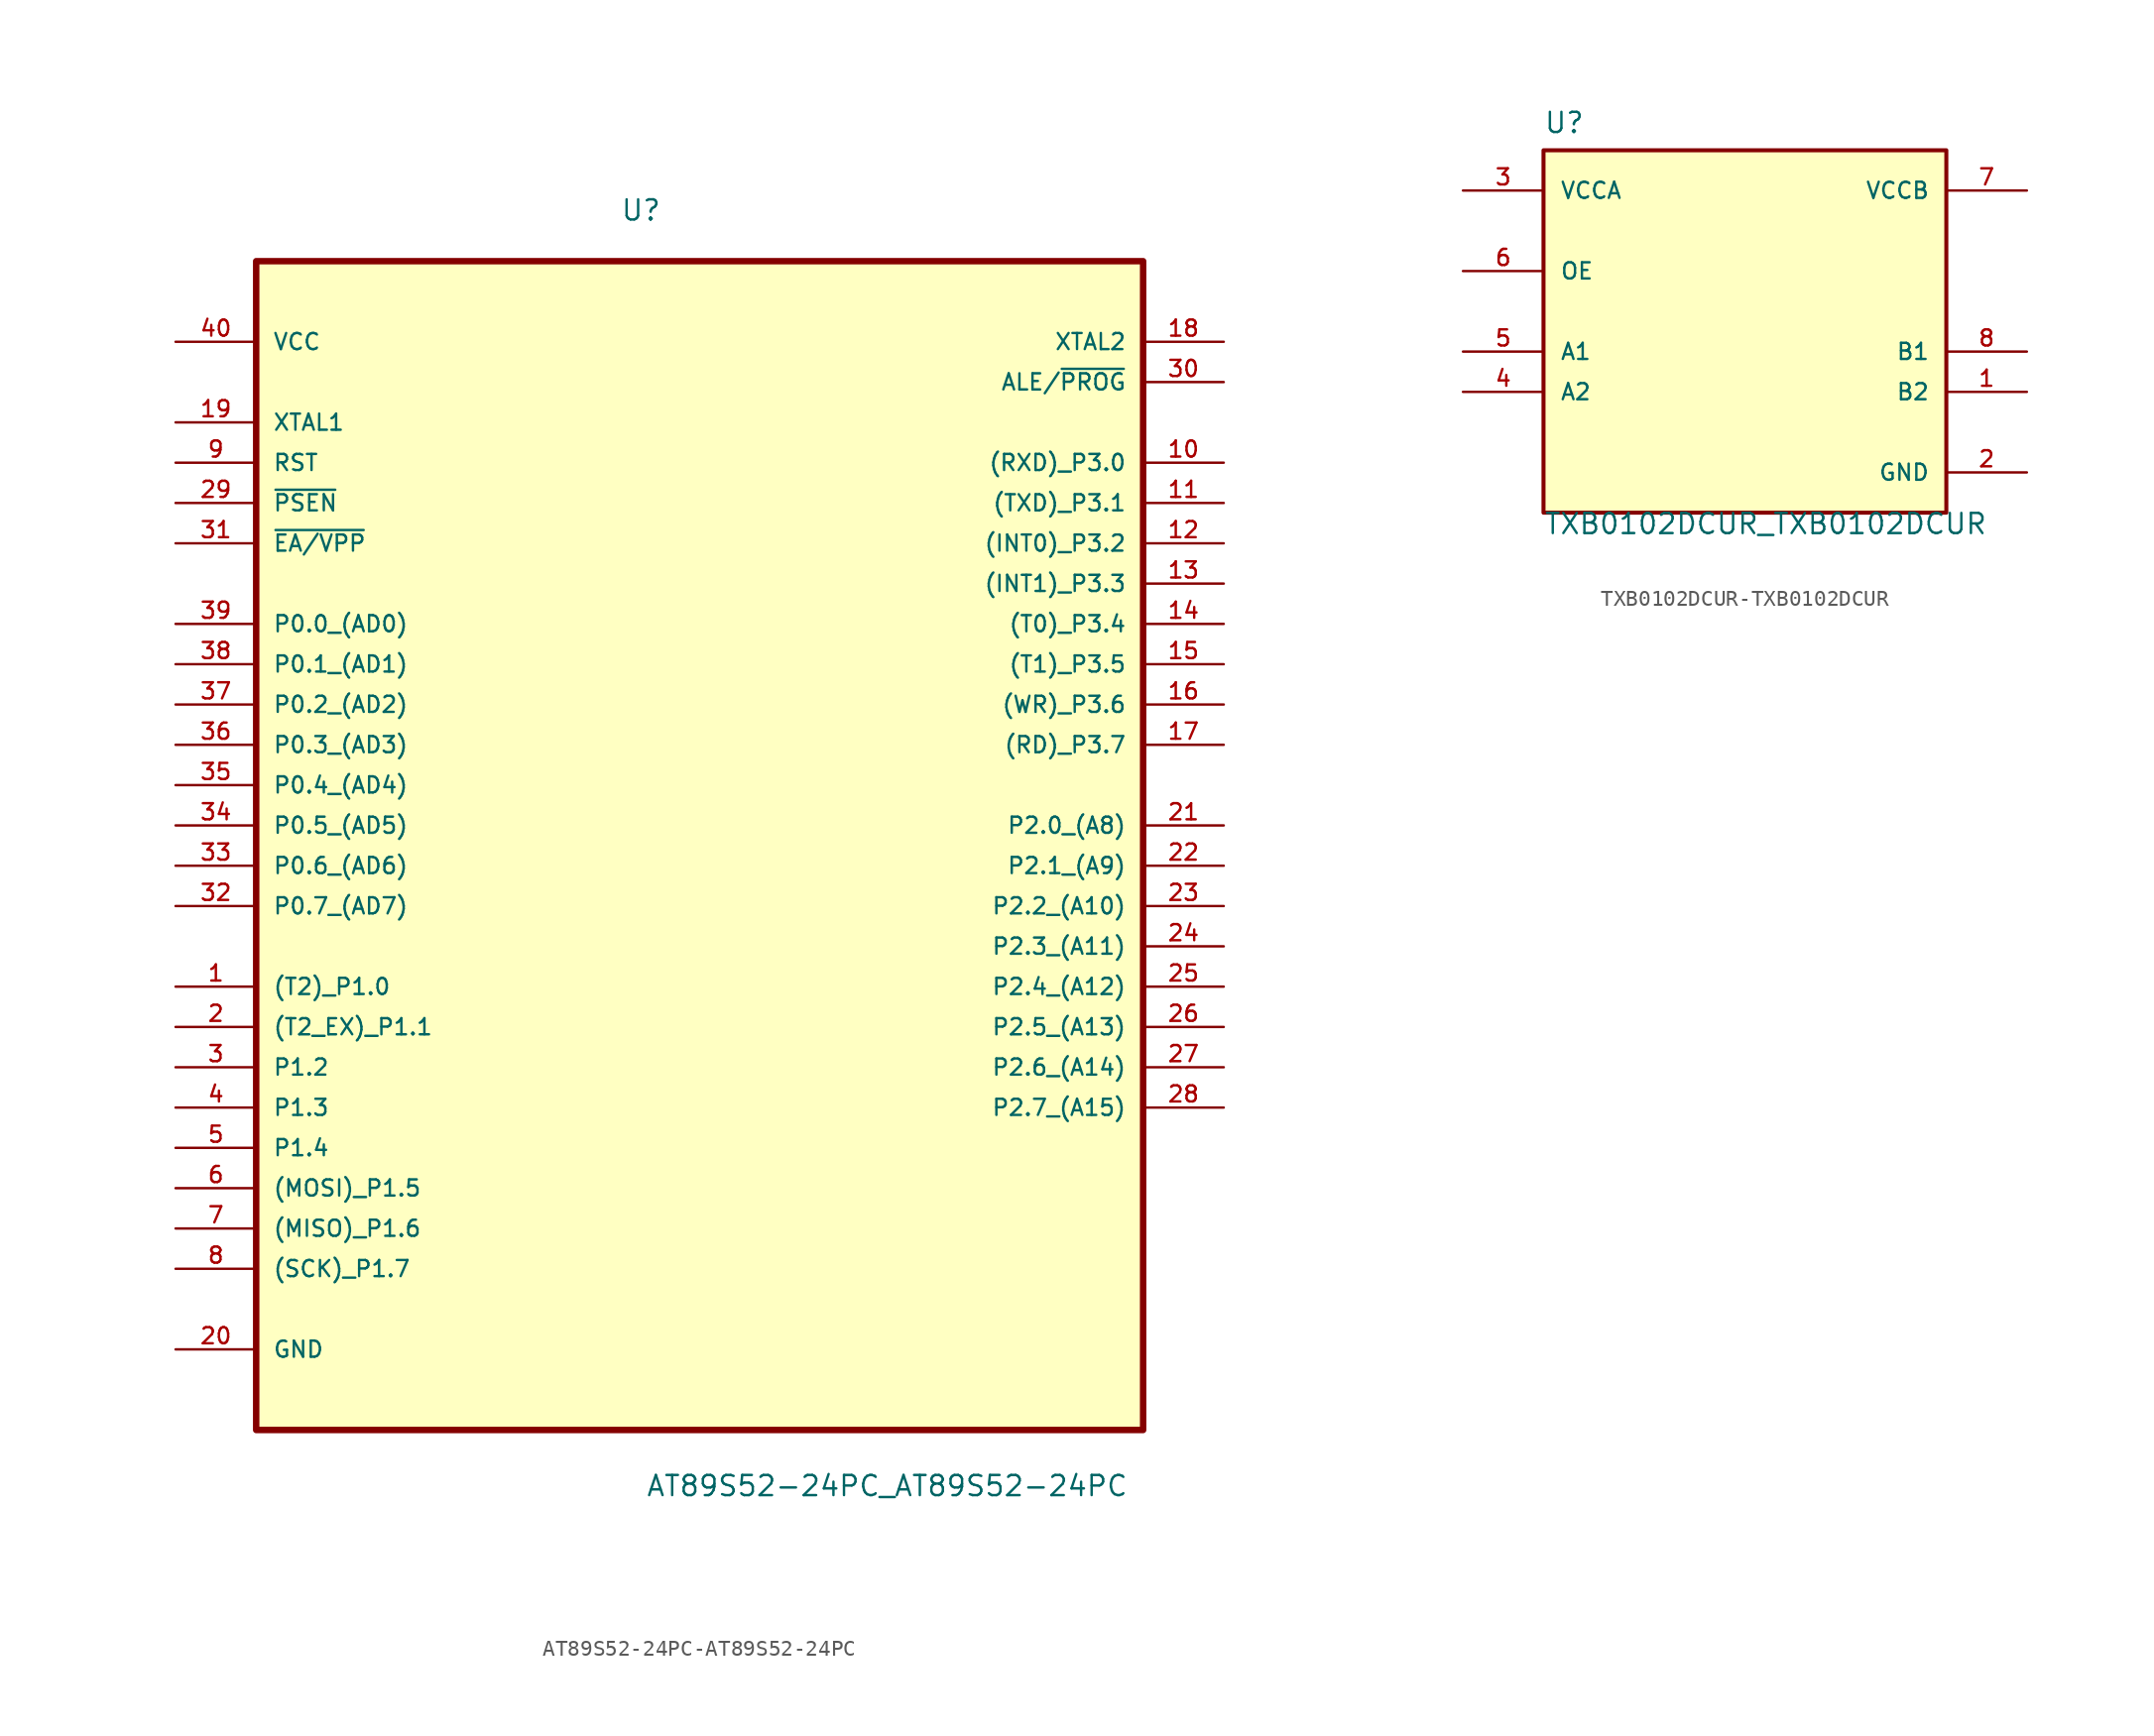
<source format=kicad_sym>
(kicad_symbol_lib
  (version 20220914)
  (generator kicad_symbol_editor)
  (symbol "AT89S52-24PC-AT89S52-24PC"
    (pin_names
      (offset 1.016))
    (property "Reference" "U"
      (at -5.004 35.484 0)
      (effects (font (size 1.27 1.27)) (justify left bottom)))
    (property "Value" "AT89S52-24PC_AT89S52-24PC"
      (at -3.404 -44.907 0)
      (effects (font (size 1.27 1.27)) (justify left bottom)))
    (property "ki_locked" ""
      (at 0 0 0)
      (effects (font (size 1.27 1.27))))
    (symbol "AT89S52-24PC-AT89S52-24PC_0_0"
      (rectangle (start -27.94 -40.64) (end 27.94 33.02) (stroke (width 0.406) (type solid)) (fill (type background)))
      (pin bidirectional line (at -33.02 -12.7 0) (length 5.08) (name "(T2)_P1.0" (effects (font (size 1.016 1.016)))) (number "1" (effects (font (size 1.016 1.016)))))
      (pin bidirectional line (at 33.02 20.32 180) (length 5.08) (name "(RXD)_P3.0" (effects (font (size 1.016 1.016)))) (number "10" (effects (font (size 1.016 1.016)))))
      (pin bidirectional line (at 33.02 17.78 180) (length 5.08) (name "(TXD)_P3.1" (effects (font (size 1.016 1.016)))) (number "11" (effects (font (size 1.016 1.016)))))
      (pin bidirectional line (at 33.02 15.24 180) (length 5.08) (name "(INT0)_P3.2" (effects (font (size 1.016 1.016)))) (number "12" (effects (font (size 1.016 1.016)))))
      (pin bidirectional line (at 33.02 12.7 180) (length 5.08) (name "(INT1)_P3.3" (effects (font (size 1.016 1.016)))) (number "13" (effects (font (size 1.016 1.016)))))
      (pin bidirectional line (at 33.02 10.16 180) (length 5.08) (name "(T0)_P3.4" (effects (font (size 1.016 1.016)))) (number "14" (effects (font (size 1.016 1.016)))))
      (pin bidirectional line (at 33.02 7.62 180) (length 5.08) (name "(T1)_P3.5" (effects (font (size 1.016 1.016)))) (number "15" (effects (font (size 1.016 1.016)))))
      (pin bidirectional line (at 33.02 5.08 180) (length 5.08) (name "(WR)_P3.6" (effects (font (size 1.016 1.016)))) (number "16" (effects (font (size 1.016 1.016)))))
      (pin bidirectional line (at 33.02 2.54 180) (length 5.08) (name "(RD)_P3.7" (effects (font (size 1.016 1.016)))) (number "17" (effects (font (size 1.016 1.016)))))
      (pin output line (at 33.02 27.94 180) (length 5.08) (name "XTAL2" (effects (font (size 1.016 1.016)))) (number "18" (effects (font (size 1.016 1.016)))))
      (pin input line (at -33.02 22.86 0) (length 5.08) (name "XTAL1" (effects (font (size 1.016 1.016)))) (number "19" (effects (font (size 1.016 1.016)))))
      (pin bidirectional line (at -33.02 -15.24 0) (length 5.08) (name "(T2_EX)_P1.1" (effects (font (size 1.016 1.016)))) (number "2" (effects (font (size 1.016 1.016)))))
      (pin passive line (at -33.02 -35.56 0) (length 5.08) (name "GND" (effects (font (size 1.016 1.016)))) (number "20" (effects (font (size 1.016 1.016)))))
      (pin bidirectional line (at 33.02 -2.54 180) (length 5.08) (name "P2.0_(A8)" (effects (font (size 1.016 1.016)))) (number "21" (effects (font (size 1.016 1.016)))))
      (pin bidirectional line (at 33.02 -5.08 180) (length 5.08) (name "P2.1_(A9)" (effects (font (size 1.016 1.016)))) (number "22" (effects (font (size 1.016 1.016)))))
      (pin bidirectional line (at 33.02 -7.62 180) (length 5.08) (name "P2.2_(A10)" (effects (font (size 1.016 1.016)))) (number "23" (effects (font (size 1.016 1.016)))))
      (pin bidirectional line (at 33.02 -10.16 180) (length 5.08) (name "P2.3_(A11)" (effects (font (size 1.016 1.016)))) (number "24" (effects (font (size 1.016 1.016)))))
      (pin bidirectional line (at 33.02 -12.7 180) (length 5.08) (name "P2.4_(A12)" (effects (font (size 1.016 1.016)))) (number "25" (effects (font (size 1.016 1.016)))))
      (pin bidirectional line (at 33.02 -15.24 180) (length 5.08) (name "P2.5_(A13)" (effects (font (size 1.016 1.016)))) (number "26" (effects (font (size 1.016 1.016)))))
      (pin bidirectional line (at 33.02 -17.78 180) (length 5.08) (name "P2.6_(A14)" (effects (font (size 1.016 1.016)))) (number "27" (effects (font (size 1.016 1.016)))))
      (pin bidirectional line (at 33.02 -20.32 180) (length 5.08) (name "P2.7_(A15)" (effects (font (size 1.016 1.016)))) (number "28" (effects (font (size 1.016 1.016)))))
      (pin input line (at -33.02 17.78 0) (length 5.08) (name "~{PSEN}" (effects (font (size 1.016 1.016)))) (number "29" (effects (font (size 1.016 1.016)))))
      (pin bidirectional line (at -33.02 -17.78 0) (length 5.08) (name "P1.2" (effects (font (size 1.016 1.016)))) (number "3" (effects (font (size 1.016 1.016)))))
      (pin output line (at 33.02 25.4 180) (length 5.08) (name "ALE/~{PROG}" (effects (font (size 1.016 1.016)))) (number "30" (effects (font (size 1.016 1.016)))))
      (pin input line (at -33.02 15.24 0) (length 5.08) (name "~{EA/VPP}" (effects (font (size 1.016 1.016)))) (number "31" (effects (font (size 1.016 1.016)))))
      (pin bidirectional line (at -33.02 -7.62 0) (length 5.08) (name "P0.7_(AD7)" (effects (font (size 1.016 1.016)))) (number "32" (effects (font (size 1.016 1.016)))))
      (pin bidirectional line (at -33.02 -5.08 0) (length 5.08) (name "P0.6_(AD6)" (effects (font (size 1.016 1.016)))) (number "33" (effects (font (size 1.016 1.016)))))
      (pin bidirectional line (at -33.02 -2.54 0) (length 5.08) (name "P0.5_(AD5)" (effects (font (size 1.016 1.016)))) (number "34" (effects (font (size 1.016 1.016)))))
      (pin bidirectional line (at -33.02 0 0) (length 5.08) (name "P0.4_(AD4)" (effects (font (size 1.016 1.016)))) (number "35" (effects (font (size 1.016 1.016)))))
      (pin bidirectional line (at -33.02 2.54 0) (length 5.08) (name "P0.3_(AD3)" (effects (font (size 1.016 1.016)))) (number "36" (effects (font (size 1.016 1.016)))))
      (pin bidirectional line (at -33.02 5.08 0) (length 5.08) (name "P0.2_(AD2)" (effects (font (size 1.016 1.016)))) (number "37" (effects (font (size 1.016 1.016)))))
      (pin bidirectional line (at -33.02 7.62 0) (length 5.08) (name "P0.1_(AD1)" (effects (font (size 1.016 1.016)))) (number "38" (effects (font (size 1.016 1.016)))))
      (pin bidirectional line (at -33.02 10.16 0) (length 5.08) (name "P0.0_(AD0)" (effects (font (size 1.016 1.016)))) (number "39" (effects (font (size 1.016 1.016)))))
      (pin bidirectional line (at -33.02 -20.32 0) (length 5.08) (name "P1.3" (effects (font (size 1.016 1.016)))) (number "4" (effects (font (size 1.016 1.016)))))
      (pin power_in line (at -33.02 27.94 0) (length 5.08) (name "VCC" (effects (font (size 1.016 1.016)))) (number "40" (effects (font (size 1.016 1.016)))))
      (pin bidirectional line (at -33.02 -22.86 0) (length 5.08) (name "P1.4" (effects (font (size 1.016 1.016)))) (number "5" (effects (font (size 1.016 1.016)))))
      (pin bidirectional line (at -33.02 -25.4 0) (length 5.08) (name "(MOSI)_P1.5" (effects (font (size 1.016 1.016)))) (number "6" (effects (font (size 1.016 1.016)))))
      (pin bidirectional line (at -33.02 -27.94 0) (length 5.08) (name "(MISO)_P1.6" (effects (font (size 1.016 1.016)))) (number "7" (effects (font (size 1.016 1.016)))))
      (pin bidirectional line (at -33.02 -30.48 0) (length 5.08) (name "(SCK)_P1.7" (effects (font (size 1.016 1.016)))) (number "8" (effects (font (size 1.016 1.016)))))
      (pin input line (at -33.02 20.32 0) (length 5.08) (name "RST" (effects (font (size 1.016 1.016)))) (number "9" (effects (font (size 1.016 1.016)))))))
  (symbol "TXB0102DCUR-TXB0102DCUR"
    (pin_names
      (offset 1.016))
    (property "Reference" "U"
      (at -12.7 13.691 0)
      (effects (font (size 1.27 1.27)) (justify left bottom)))
    (property "Value" "TXB0102DCUR_TXB0102DCUR"
      (at -12.7 -11.608 0)
      (effects (font (size 1.27 1.27)) (justify left bottom)))
    (property "ki_locked" ""
      (at 0 0 0)
      (effects (font (size 1.27 1.27))))
    (symbol "TXB0102DCUR-TXB0102DCUR_0_0"
      (rectangle (start -12.7 -10.16) (end 12.7 12.7) (stroke (width 0.254) (type solid)) (fill (type background)))
      (pin bidirectional line (at 17.78 -2.54 180) (length 5.08) (name "B2" (effects (font (size 1.016 1.016)))) (number "1" (effects (font (size 1.016 1.016)))))
      (pin power_in line (at 17.78 -7.62 180) (length 5.08) (name "GND" (effects (font (size 1.016 1.016)))) (number "2" (effects (font (size 1.016 1.016)))))
      (pin power_in line (at -17.78 10.16 0) (length 5.08) (name "VCCA" (effects (font (size 1.016 1.016)))) (number "3" (effects (font (size 1.016 1.016)))))
      (pin bidirectional line (at -17.78 -2.54 0) (length 5.08) (name "A2" (effects (font (size 1.016 1.016)))) (number "4" (effects (font (size 1.016 1.016)))))
      (pin bidirectional line (at -17.78 0 0) (length 5.08) (name "A1" (effects (font (size 1.016 1.016)))) (number "5" (effects (font (size 1.016 1.016)))))
      (pin input line (at -17.78 5.08 0) (length 5.08) (name "OE" (effects (font (size 1.016 1.016)))) (number "6" (effects (font (size 1.016 1.016)))))
      (pin power_in line (at 17.78 10.16 180) (length 5.08) (name "VCCB" (effects (font (size 1.016 1.016)))) (number "7" (effects (font (size 1.016 1.016)))))
      (pin bidirectional line (at 17.78 0 180) (length 5.08) (name "B1" (effects (font (size 1.016 1.016)))) (number "8" (effects (font (size 1.016 1.016))))))))
</source>
